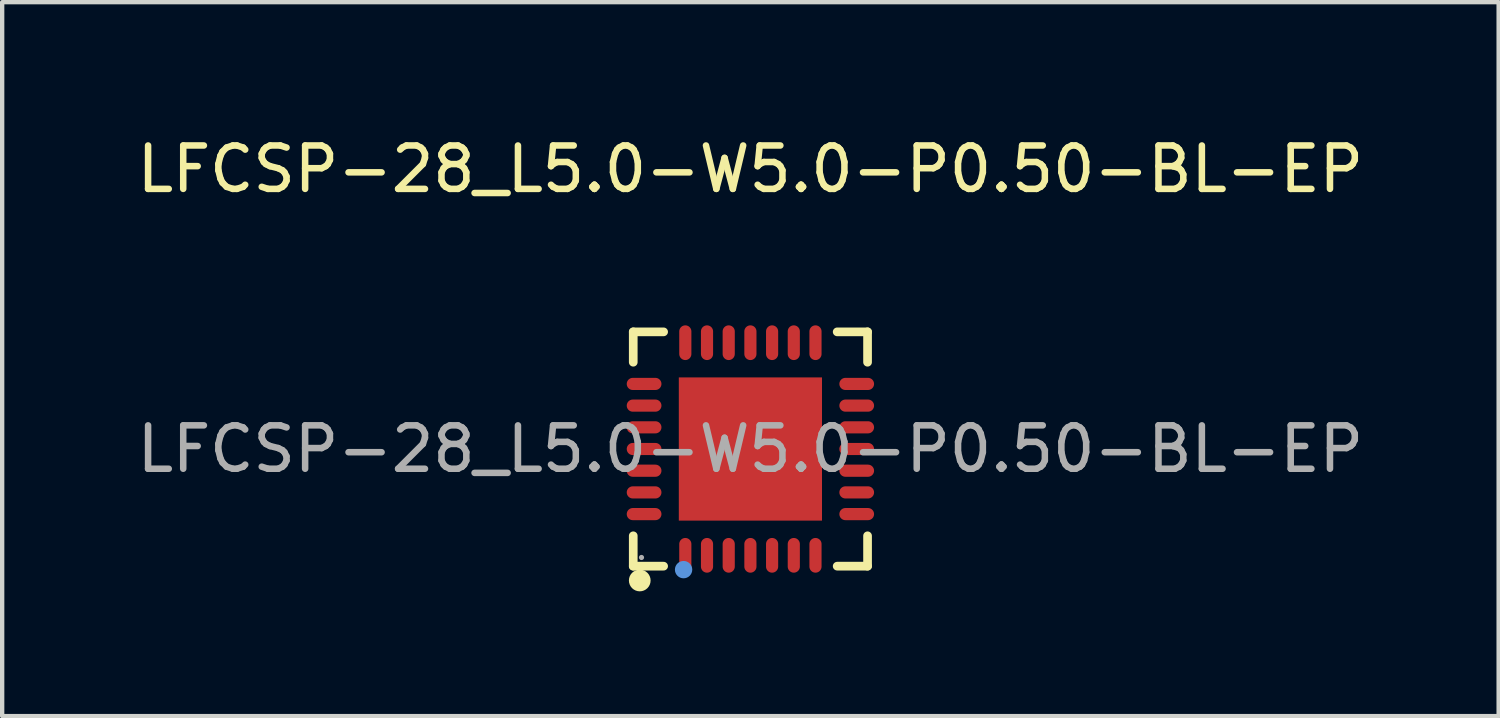
<source format=kicad_pcb>
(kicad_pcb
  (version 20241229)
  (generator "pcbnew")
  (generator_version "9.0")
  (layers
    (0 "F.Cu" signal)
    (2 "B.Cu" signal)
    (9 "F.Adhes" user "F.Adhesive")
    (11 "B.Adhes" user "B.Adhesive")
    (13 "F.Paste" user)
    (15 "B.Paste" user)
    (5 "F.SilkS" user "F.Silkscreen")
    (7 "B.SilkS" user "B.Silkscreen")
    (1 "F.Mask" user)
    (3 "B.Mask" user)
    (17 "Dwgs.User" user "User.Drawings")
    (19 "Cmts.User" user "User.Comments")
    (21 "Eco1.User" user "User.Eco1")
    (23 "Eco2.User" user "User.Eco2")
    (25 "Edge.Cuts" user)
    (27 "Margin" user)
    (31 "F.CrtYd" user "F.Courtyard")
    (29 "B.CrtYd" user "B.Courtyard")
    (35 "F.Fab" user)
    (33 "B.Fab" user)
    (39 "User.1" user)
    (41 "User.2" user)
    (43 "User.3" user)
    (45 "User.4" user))
  (footprint "LFCSP-28_L5.0-W5.0-P0.50-BL-EP"
    (layer "F.Cu")
    (at 14.244 7.298)
    (property "Reference" "LFCSP-28_L5.0-W5.0-P0.50-BL-EP" (at 0 -6.45 0) (layer "F.SilkS") (effects (font (size 1 1) (thickness 0.15))))
    (attr smd)
    (fp_line (start -2.7 -2.7) (end -2.7 -2) (stroke (width 0.2) (type solid)) (layer "F.SilkS"))
    (fp_line (start -2.7 2.7) (end -2.7 2) (stroke (width 0.2) (type solid)) (layer "F.SilkS"))
    (fp_line (start -2 -2.7) (end -2.7 -2.7) (stroke (width 0.2) (type solid)) (layer "F.SilkS"))
    (fp_line (start -2 2.7) (end -2.7 2.7) (stroke (width 0.2) (type solid)) (layer "F.SilkS"))
    (fp_line (start 2.7 -2.7) (end 2 -2.7) (stroke (width 0.2) (type solid)) (layer "F.SilkS"))
    (fp_line (start 2.7 -2) (end 2.7 -2.7) (stroke (width 0.2) (type solid)) (layer "F.SilkS"))
    (fp_line (start 2.7 2) (end 2.7 2.7) (stroke (width 0.2) (type solid)) (layer "F.SilkS"))
    (fp_line (start 2.7 2.7) (end 2 2.7) (stroke (width 0.2) (type solid)) (layer "F.SilkS"))
    (fp_arc (start -2.55 3.03) (mid -2.55 3.03) (end -2.55 3.03) (stroke (width 0.25) (type solid)) (layer "F.SilkS"))
    (fp_circle (center -1.54 2.78) (end -1.44 2.78) (stroke (width 0.2) (type solid)) (fill no) (layer "Cmts.User"))
    (fp_circle (center -2.51 2.5) (end -2.48 2.5) (stroke (width 0.06) (type solid)) (fill no) (layer "F.Fab"))
    (fp_text user "${REFERENCE}" (at 0 0 0) (layer "F.Fab") (effects (font (size 1 1) (thickness 0.15))))
    (pad "1" smd oval (at -1.5 2.45 90) (size 0.8 0.28) (layers "F.Cu" "F.Mask" "F.Paste"))
    (pad "2" smd oval (at -1 2.45 90) (size 0.8 0.28) (layers "F.Cu" "F.Mask" "F.Paste"))
    (pad "3" smd oval (at -0.5 2.45 90) (size 0.8 0.28) (layers "F.Cu" "F.Mask" "F.Paste"))
    (pad "4" smd oval (at 0 2.45 90) (size 0.8 0.28) (layers "F.Cu" "F.Mask" "F.Paste"))
    (pad "5" smd oval (at 0.5 2.45 90) (size 0.8 0.28) (layers "F.Cu" "F.Mask" "F.Paste"))
    (pad "6" smd oval (at 1 2.45 90) (size 0.8 0.28) (layers "F.Cu" "F.Mask" "F.Paste"))
    (pad "7" smd oval (at 1.5 2.45 90) (size 0.8 0.28) (layers "F.Cu" "F.Mask" "F.Paste"))
    (pad "8" smd oval (at 2.45 1.5 180) (size 0.8 0.28) (layers "F.Cu" "F.Mask" "F.Paste"))
    (pad "9" smd oval (at 2.45 1 180) (size 0.8 0.28) (layers "F.Cu" "F.Mask" "F.Paste"))
    (pad "10" smd oval (at 2.45 0.5 180) (size 0.8 0.28) (layers "F.Cu" "F.Mask" "F.Paste"))
    (pad "11" smd oval (at 2.45 0 180) (size 0.8 0.28) (layers "F.Cu" "F.Mask" "F.Paste"))
    (pad "12" smd oval (at 2.45 -0.5 180) (size 0.8 0.28) (layers "F.Cu" "F.Mask" "F.Paste"))
    (pad "13" smd oval (at 2.45 -1 180) (size 0.8 0.28) (layers "F.Cu" "F.Mask" "F.Paste"))
    (pad "14" smd oval (at 2.45 -1.5 180) (size 0.8 0.28) (layers "F.Cu" "F.Mask" "F.Paste"))
    (pad "15" smd oval (at 1.5 -2.45 270) (size 0.8 0.28) (layers "F.Cu" "F.Mask" "F.Paste"))
    (pad "16" smd oval (at 1 -2.45 270) (size 0.8 0.28) (layers "F.Cu" "F.Mask" "F.Paste"))
    (pad "17" smd oval (at 0.5 -2.45 270) (size 0.8 0.28) (layers "F.Cu" "F.Mask" "F.Paste"))
    (pad "18" smd oval (at 0 -2.45 270) (size 0.8 0.28) (layers "F.Cu" "F.Mask" "F.Paste"))
    (pad "19" smd oval (at -0.5 -2.45 270) (size 0.8 0.28) (layers "F.Cu" "F.Mask" "F.Paste"))
    (pad "20" smd oval (at -1 -2.45 270) (size 0.8 0.28) (layers "F.Cu" "F.Mask" "F.Paste"))
    (pad "21" smd oval (at -1.5 -2.45 270) (size 0.8 0.28) (layers "F.Cu" "F.Mask" "F.Paste"))
    (pad "22" smd oval (at -2.45 -1.5) (size 0.8 0.28) (layers "F.Cu" "F.Mask" "F.Paste"))
    (pad "23" smd oval (at -2.45 -1) (size 0.8 0.28) (layers "F.Cu" "F.Mask" "F.Paste"))
    (pad "24" smd oval (at -2.45 -0.5) (size 0.8 0.28) (layers "F.Cu" "F.Mask" "F.Paste"))
    (pad "25" smd oval (at -2.45 0) (size 0.8 0.28) (layers "F.Cu" "F.Mask" "F.Paste"))
    (pad "26" smd oval (at -2.45 0.5) (size 0.8 0.28) (layers "F.Cu" "F.Mask" "F.Paste"))
    (pad "27" smd oval (at -2.45 1) (size 0.8 0.28) (layers "F.Cu" "F.Mask" "F.Paste"))
    (pad "28" smd oval (at -2.45 1.5) (size 0.8 0.28) (layers "F.Cu" "F.Mask" "F.Paste"))
    (pad "29" smd rect (at 0 0 90) (size 3.3 3.3) (layers "F.Cu" "F.Mask" "F.Paste")))
  (gr_rect
    (start -3 -3)
    (end 31.488 13.453)
    (stroke (width 0.1) (type default))
    (fill no)
    (layer "Edge.Cuts")))
</source>
